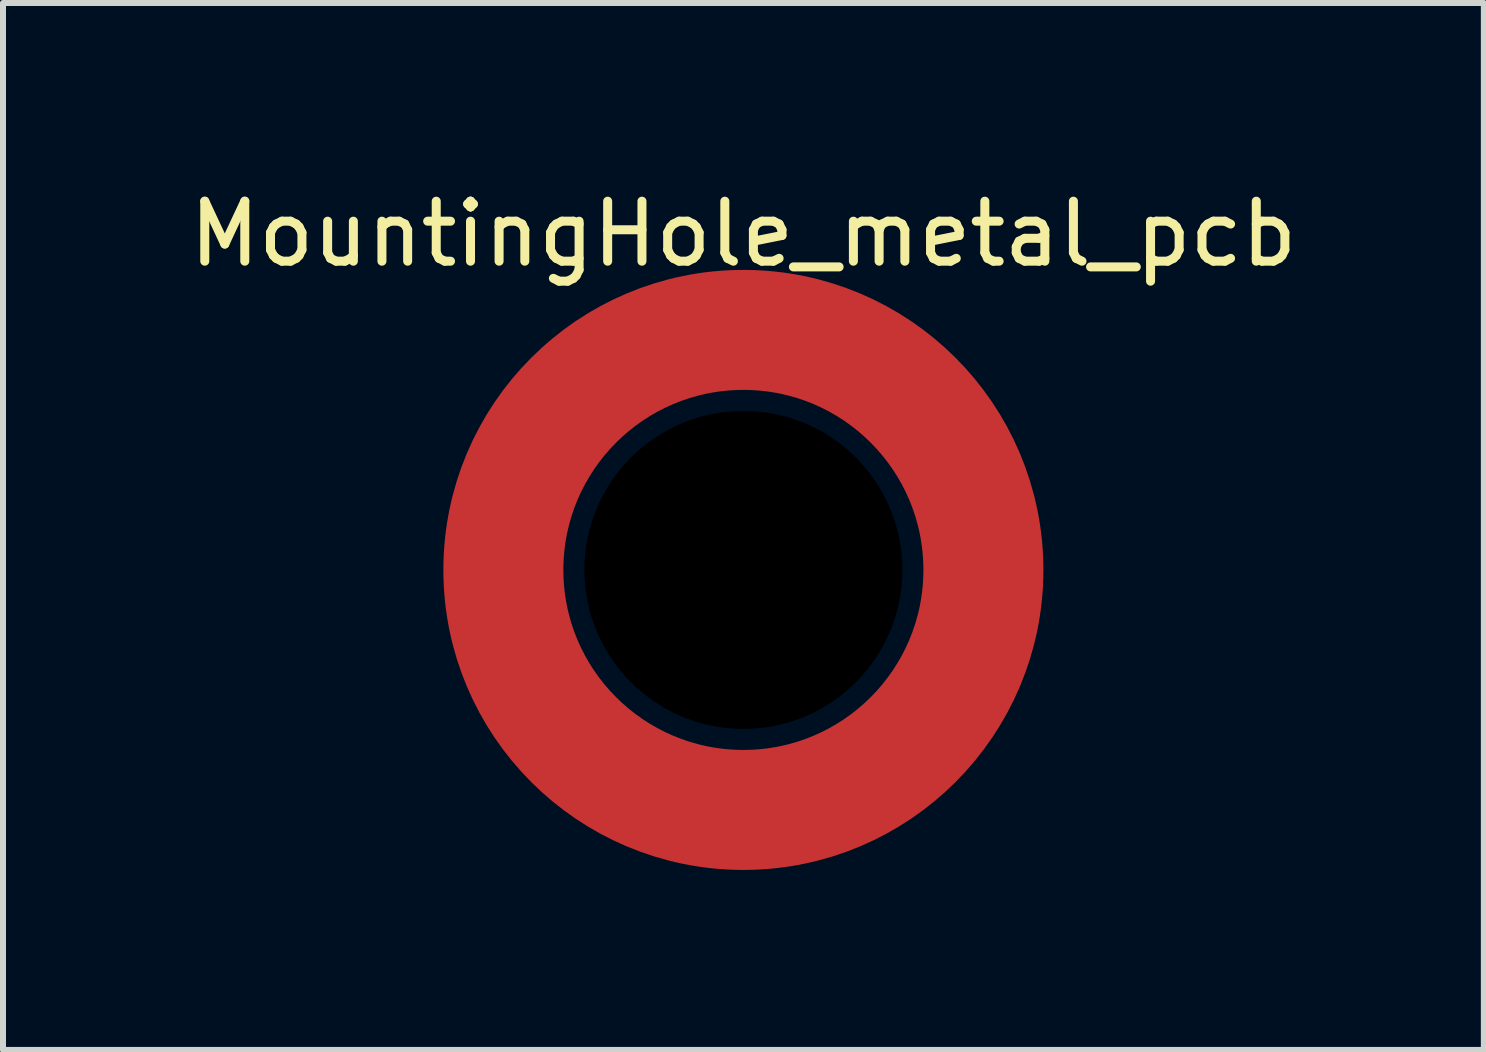
<source format=kicad_pcb>
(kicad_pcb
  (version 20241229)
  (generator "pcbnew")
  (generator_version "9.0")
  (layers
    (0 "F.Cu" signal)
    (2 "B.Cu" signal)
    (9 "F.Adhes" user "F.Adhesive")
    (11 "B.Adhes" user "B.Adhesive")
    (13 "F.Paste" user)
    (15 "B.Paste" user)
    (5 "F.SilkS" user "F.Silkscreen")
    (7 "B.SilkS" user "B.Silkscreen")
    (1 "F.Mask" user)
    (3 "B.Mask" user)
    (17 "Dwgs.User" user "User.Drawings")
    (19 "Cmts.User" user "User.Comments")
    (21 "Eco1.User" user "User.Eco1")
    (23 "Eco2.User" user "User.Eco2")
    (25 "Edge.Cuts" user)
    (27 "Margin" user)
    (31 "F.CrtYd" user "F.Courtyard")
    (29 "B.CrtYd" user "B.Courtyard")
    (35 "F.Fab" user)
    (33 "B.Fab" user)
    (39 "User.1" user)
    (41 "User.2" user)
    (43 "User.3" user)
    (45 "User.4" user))
  (footprint "MountingHole_metal_pcb"
    (layer "F.Cu")
    (at 9.339 6.448)
    (property "Reference" "MountingHole_metal_pcb" (at 0 -5.6 0) (layer "F.SilkS") (effects (font (size 1 1) (thickness 0.15))))
    (attr exclude_from_pos_files)
    (fp_circle (center 0 0) (end 4 0) (stroke (width 2) (type default)) (fill no) (layer "F.Cu"))
    (pad "" np_thru_hole circle (at 0 0) (size 5.7 5.7) (drill 5.3) (layers "*.Mask")))
  (gr_rect
    (start -3 -3)
    (end 21.679 14.448)
    (stroke (width 0.1) (type default))
    (fill no)
    (layer "Edge.Cuts")))
</source>
